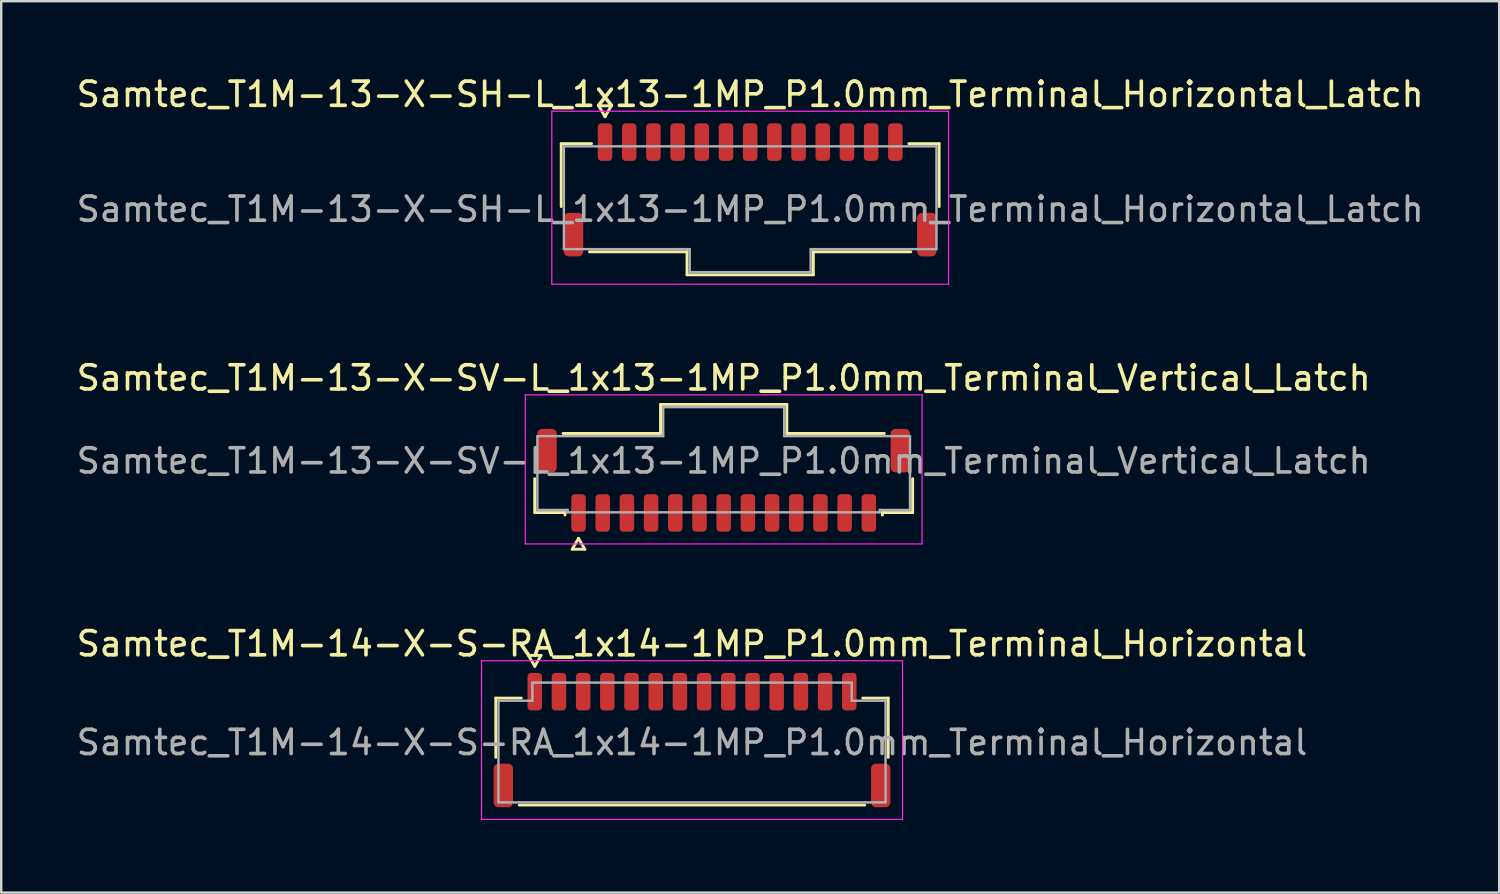
<source format=kicad_pcb>
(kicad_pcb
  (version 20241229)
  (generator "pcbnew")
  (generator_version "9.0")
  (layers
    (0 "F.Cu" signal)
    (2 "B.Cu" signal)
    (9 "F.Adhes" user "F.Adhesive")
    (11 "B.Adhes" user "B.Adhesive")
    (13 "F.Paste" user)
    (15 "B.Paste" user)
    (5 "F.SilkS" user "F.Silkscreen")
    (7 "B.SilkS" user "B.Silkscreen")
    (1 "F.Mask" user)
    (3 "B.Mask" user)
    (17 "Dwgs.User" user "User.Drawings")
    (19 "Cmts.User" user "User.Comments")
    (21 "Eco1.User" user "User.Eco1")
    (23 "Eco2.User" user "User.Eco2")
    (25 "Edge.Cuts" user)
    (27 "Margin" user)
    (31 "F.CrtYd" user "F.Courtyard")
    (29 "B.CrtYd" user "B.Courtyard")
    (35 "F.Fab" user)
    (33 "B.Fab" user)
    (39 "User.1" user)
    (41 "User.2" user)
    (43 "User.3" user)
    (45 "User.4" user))
  (footprint "Samtec_T1M-13-X-SV-L_1x13-1MP_P1.0mm_Terminal_Vertical_Latch"
    (layer "F.Cu")
    (at 26.863 16.002)
    (property "Reference" "Samtec_T1M-13-X-SV-L_1x13-1MP_P1.0mm_Terminal_Vertical_Latch" (at 0 -3.43 0) (layer "F.SilkS") (effects (font (size 1 1) (thickness 0.15))))
    (attr smd)
    (fp_line (start -7.81 2.135) (end -7.81 0.735) (stroke (width 0.12) (type solid)) (layer "F.SilkS"))
    (fp_line (start -6.64 -1.135) (end -2.61 -1.135) (stroke (width 0.12) (type solid)) (layer "F.SilkS"))
    (fp_line (start -6.56 2.135) (end -7.81 2.135) (stroke (width 0.12) (type solid)) (layer "F.SilkS"))
    (fp_line (start -6.56 2.235) (end -6.56 2.135) (stroke (width 0.12) (type solid)) (layer "F.SilkS"))
    (fp_line (start -6.26 3.65) (end -6 3.2) (stroke (width 0.12) (type solid)) (layer "F.SilkS"))
    (fp_line (start -6 3.2) (end -5.74 3.65) (stroke (width 0.12) (type solid)) (layer "F.SilkS"))
    (fp_line (start -5.74 3.65) (end -6.26 3.65) (stroke (width 0.12) (type solid)) (layer "F.SilkS"))
    (fp_line (start -2.61 -2.335) (end 2.61 -2.335) (stroke (width 0.12) (type solid)) (layer "F.SilkS"))
    (fp_line (start -2.61 -1.135) (end -2.61 -2.335) (stroke (width 0.12) (type solid)) (layer "F.SilkS"))
    (fp_line (start 2.61 -2.335) (end 2.61 -1.135) (stroke (width 0.12) (type solid)) (layer "F.SilkS"))
    (fp_line (start 2.61 -1.135) (end 6.64 -1.135) (stroke (width 0.12) (type solid)) (layer "F.SilkS"))
    (fp_line (start 6.56 2.135) (end 6.56 2.235) (stroke (width 0.12) (type solid)) (layer "F.SilkS"))
    (fp_line (start 7.81 0.735) (end 7.81 2.135) (stroke (width 0.12) (type solid)) (layer "F.SilkS"))
    (fp_line (start 7.81 2.135) (end 6.56 2.135) (stroke (width 0.12) (type solid)) (layer "F.SilkS"))
    (fp_line (start -8.2 -2.73) (end -8.2 3.43) (stroke (width 0.05) (type solid)) (layer "F.CrtYd"))
    (fp_line (start -8.2 3.43) (end 8.2 3.43) (stroke (width 0.05) (type solid)) (layer "F.CrtYd"))
    (fp_line (start 8.2 -2.73) (end -8.2 -2.73) (stroke (width 0.05) (type solid)) (layer "F.CrtYd"))
    (fp_line (start 8.2 3.43) (end 8.2 -2.73) (stroke (width 0.05) (type solid)) (layer "F.CrtYd"))
    (fp_line (start -7.7 -1.025) (end -2.5 -1.025) (stroke (width 0.1) (type solid)) (layer "F.Fab"))
    (fp_line (start -7.7 2.025) (end -7.7 -1.025) (stroke (width 0.1) (type solid)) (layer "F.Fab"))
    (fp_line (start -6.45 2.025) (end -7.7 2.025) (stroke (width 0.1) (type solid)) (layer "F.Fab"))
    (fp_line (start -6.45 2.125) (end -6.45 2.025) (stroke (width 0.1) (type solid)) (layer "F.Fab"))
    (fp_line (start -2.5 -2.225) (end 2.5 -2.225) (stroke (width 0.1) (type solid)) (layer "F.Fab"))
    (fp_line (start -2.5 -1.025) (end -2.5 -2.225) (stroke (width 0.1) (type solid)) (layer "F.Fab"))
    (fp_line (start 2.5 -2.225) (end 2.5 -1.025) (stroke (width 0.1) (type solid)) (layer "F.Fab"))
    (fp_line (start 2.5 -1.025) (end 7.7 -1.025) (stroke (width 0.1) (type solid)) (layer "F.Fab"))
    (fp_line (start 6.45 2.025) (end 6.45 2.125) (stroke (width 0.1) (type solid)) (layer "F.Fab"))
    (fp_line (start 6.45 2.125) (end -6.45 2.125) (stroke (width 0.1) (type solid)) (layer "F.Fab"))
    (fp_line (start 7.7 -1.025) (end 7.7 2.025) (stroke (width 0.1) (type solid)) (layer "F.Fab"))
    (fp_line (start 7.7 2.025) (end 6.45 2.025) (stroke (width 0.1) (type solid)) (layer "F.Fab"))
    (fp_text user "${REFERENCE}" (at 0 0 0) (layer "F.Fab") (effects (font (size 1 1) (thickness 0.15))))
    (pad "1" smd roundrect (at -6 2.15) (size 0.6 1.55) (layers "F.Cu" "F.Mask" "F.Paste") (roundrect_rratio 0.25))
    (pad "2" smd roundrect (at -5 2.15) (size 0.6 1.55) (layers "F.Cu" "F.Mask" "F.Paste") (roundrect_rratio 0.25))
    (pad "3" smd roundrect (at -4 2.15) (size 0.6 1.55) (layers "F.Cu" "F.Mask" "F.Paste") (roundrect_rratio 0.25))
    (pad "4" smd roundrect (at -3 2.15) (size 0.6 1.55) (layers "F.Cu" "F.Mask" "F.Paste") (roundrect_rratio 0.25))
    (pad "5" smd roundrect (at -2 2.15) (size 0.6 1.55) (layers "F.Cu" "F.Mask" "F.Paste") (roundrect_rratio 0.25))
    (pad "6" smd roundrect (at -1 2.15) (size 0.6 1.55) (layers "F.Cu" "F.Mask" "F.Paste") (roundrect_rratio 0.25))
    (pad "7" smd roundrect (at 0 2.15) (size 0.6 1.55) (layers "F.Cu" "F.Mask" "F.Paste") (roundrect_rratio 0.25))
    (pad "8" smd roundrect (at 1 2.15) (size 0.6 1.55) (layers "F.Cu" "F.Mask" "F.Paste") (roundrect_rratio 0.25))
    (pad "9" smd roundrect (at 2 2.15) (size 0.6 1.55) (layers "F.Cu" "F.Mask" "F.Paste") (roundrect_rratio 0.25))
    (pad "10" smd roundrect (at 3 2.15) (size 0.6 1.55) (layers "F.Cu" "F.Mask" "F.Paste") (roundrect_rratio 0.25))
    (pad "11" smd roundrect (at 4 2.15) (size 0.6 1.55) (layers "F.Cu" "F.Mask" "F.Paste") (roundrect_rratio 0.25))
    (pad "12" smd roundrect (at 5 2.15) (size 0.6 1.55) (layers "F.Cu" "F.Mask" "F.Paste") (roundrect_rratio 0.25))
    (pad "13" smd roundrect (at 6 2.15) (size 0.6 1.55) (layers "F.Cu" "F.Mask" "F.Paste") (roundrect_rratio 0.25))
    (pad "MP" smd roundrect (at -7.3 -0.425) (size 0.8 1.8) (layers "F.Cu" "F.Mask" "F.Paste") (roundrect_rratio 0.25))
    (pad "MP" smd roundrect (at 7.3 -0.425) (size 0.8 1.8) (layers "F.Cu" "F.Mask" "F.Paste") (roundrect_rratio 0.25)))
  (footprint "Samtec_T1M-14-X-S-RA_1x14-1MP_P1.0mm_Terminal_Horizontal"
    (layer "F.Cu")
    (at 25.554 27.64)
    (property "Reference" "Samtec_T1M-14-X-S-RA_1x14-1MP_P1.0mm_Terminal_Horizontal" (at 0 -4.08 0) (layer "F.SilkS") (effects (font (size 1 1) (thickness 0.15))))
    (attr smd)
    (fp_line (start -8.11 -1.835) (end -7.06 -1.835) (stroke (width 0.12) (type solid)) (layer "F.SilkS"))
    (fp_line (start -8.11 0.615) (end -8.11 -1.835) (stroke (width 0.12) (type solid)) (layer "F.SilkS"))
    (fp_line (start -6.76 -3.6) (end -6.5 -3.15) (stroke (width 0.12) (type solid)) (layer "F.SilkS"))
    (fp_line (start -6.5 -3.15) (end -6.24 -3.6) (stroke (width 0.12) (type solid)) (layer "F.SilkS"))
    (fp_line (start -6.24 -3.6) (end -6.76 -3.6) (stroke (width 0.12) (type solid)) (layer "F.SilkS"))
    (fp_line (start 7.06 -1.835) (end 8.11 -1.835) (stroke (width 0.12) (type solid)) (layer "F.SilkS"))
    (fp_line (start 7.14 2.585) (end -7.14 2.585) (stroke (width 0.12) (type solid)) (layer "F.SilkS"))
    (fp_line (start 8.11 -1.835) (end 8.11 0.615) (stroke (width 0.12) (type solid)) (layer "F.SilkS"))
    (fp_line (start -8.7 -3.38) (end -8.7 3.18) (stroke (width 0.05) (type solid)) (layer "F.CrtYd"))
    (fp_line (start -8.7 3.18) (end 8.7 3.18) (stroke (width 0.05) (type solid)) (layer "F.CrtYd"))
    (fp_line (start 8.7 -3.38) (end -8.7 -3.38) (stroke (width 0.05) (type solid)) (layer "F.CrtYd"))
    (fp_line (start 8.7 3.18) (end 8.7 -3.38) (stroke (width 0.05) (type solid)) (layer "F.CrtYd"))
    (fp_line (start -8 -1.725) (end -6.6 -1.725) (stroke (width 0.1) (type solid)) (layer "F.Fab"))
    (fp_line (start -8 2.475) (end -8 -1.725) (stroke (width 0.1) (type solid)) (layer "F.Fab"))
    (fp_line (start -6.6 -2.475) (end 6.6 -2.475) (stroke (width 0.1) (type solid)) (layer "F.Fab"))
    (fp_line (start -6.6 -1.725) (end -6.6 -2.475) (stroke (width 0.1) (type solid)) (layer "F.Fab"))
    (fp_line (start 6.6 -2.475) (end 6.6 -1.725) (stroke (width 0.1) (type solid)) (layer "F.Fab"))
    (fp_line (start 6.6 -1.725) (end 8 -1.725) (stroke (width 0.1) (type solid)) (layer "F.Fab"))
    (fp_line (start 8 -1.725) (end 8 2.475) (stroke (width 0.1) (type solid)) (layer "F.Fab"))
    (fp_line (start 8 2.475) (end -8 2.475) (stroke (width 0.1) (type solid)) (layer "F.Fab"))
    (fp_text user "${REFERENCE}" (at 0 0 0) (layer "F.Fab") (effects (font (size 1 1) (thickness 0.15))))
    (pad "1" smd roundrect (at -6.5 -2.1) (size 0.6 1.55) (layers "F.Cu" "F.Mask" "F.Paste") (roundrect_rratio 0.25))
    (pad "2" smd roundrect (at -5.5 -2.1) (size 0.6 1.55) (layers "F.Cu" "F.Mask" "F.Paste") (roundrect_rratio 0.25))
    (pad "3" smd roundrect (at -4.5 -2.1) (size 0.6 1.55) (layers "F.Cu" "F.Mask" "F.Paste") (roundrect_rratio 0.25))
    (pad "4" smd roundrect (at -3.5 -2.1) (size 0.6 1.55) (layers "F.Cu" "F.Mask" "F.Paste") (roundrect_rratio 0.25))
    (pad "5" smd roundrect (at -2.5 -2.1) (size 0.6 1.55) (layers "F.Cu" "F.Mask" "F.Paste") (roundrect_rratio 0.25))
    (pad "6" smd roundrect (at -1.5 -2.1) (size 0.6 1.55) (layers "F.Cu" "F.Mask" "F.Paste") (roundrect_rratio 0.25))
    (pad "7" smd roundrect (at -0.5 -2.1) (size 0.6 1.55) (layers "F.Cu" "F.Mask" "F.Paste") (roundrect_rratio 0.25))
    (pad "8" smd roundrect (at 0.5 -2.1) (size 0.6 1.55) (layers "F.Cu" "F.Mask" "F.Paste") (roundrect_rratio 0.25))
    (pad "9" smd roundrect (at 1.5 -2.1) (size 0.6 1.55) (layers "F.Cu" "F.Mask" "F.Paste") (roundrect_rratio 0.25))
    (pad "10" smd roundrect (at 2.5 -2.1) (size 0.6 1.55) (layers "F.Cu" "F.Mask" "F.Paste") (roundrect_rratio 0.25))
    (pad "11" smd roundrect (at 3.5 -2.1) (size 0.6 1.55) (layers "F.Cu" "F.Mask" "F.Paste") (roundrect_rratio 0.25))
    (pad "12" smd roundrect (at 4.5 -2.1) (size 0.6 1.55) (layers "F.Cu" "F.Mask" "F.Paste") (roundrect_rratio 0.25))
    (pad "13" smd roundrect (at 5.5 -2.1) (size 0.6 1.55) (layers "F.Cu" "F.Mask" "F.Paste") (roundrect_rratio 0.25))
    (pad "14" smd roundrect (at 6.5 -2.1) (size 0.6 1.55) (layers "F.Cu" "F.Mask" "F.Paste") (roundrect_rratio 0.25))
    (pad "MP" smd roundrect (at -7.8 1.775) (size 0.8 1.8) (layers "F.Cu" "F.Mask" "F.Paste") (roundrect_rratio 0.25))
    (pad "MP" smd roundrect (at 7.8 1.775) (size 0.8 1.8) (layers "F.Cu" "F.Mask" "F.Paste") (roundrect_rratio 0.25)))
  (footprint "Samtec_T1M-13-X-SH-L_1x13-1MP_P1.0mm_Terminal_Horizontal_Latch"
    (layer "F.Cu")
    (at 27.958 5.598)
    (property "Reference" "Samtec_T1M-13-X-SH-L_1x13-1MP_P1.0mm_Terminal_Horizontal_Latch" (at 0 -4.75 0) (layer "F.SilkS") (effects (font (size 1 1) (thickness 0.15))))
    (attr smd)
    (fp_line (start -7.81 -2.71) (end -6.56 -2.71) (stroke (width 0.12) (type solid)) (layer "F.SilkS"))
    (fp_line (start -7.81 -0.11) (end -7.81 -2.71) (stroke (width 0.12) (type solid)) (layer "F.SilkS"))
    (fp_line (start -6.26 -4.275) (end -6 -3.825) (stroke (width 0.12) (type solid)) (layer "F.SilkS"))
    (fp_line (start -6 -3.825) (end -5.74 -4.275) (stroke (width 0.12) (type solid)) (layer "F.SilkS"))
    (fp_line (start -5.74 -4.275) (end -6.26 -4.275) (stroke (width 0.12) (type solid)) (layer "F.SilkS"))
    (fp_line (start -2.61 1.76) (end -6.64 1.76) (stroke (width 0.12) (type solid)) (layer "F.SilkS"))
    (fp_line (start -2.61 2.71) (end -2.61 1.76) (stroke (width 0.12) (type solid)) (layer "F.SilkS"))
    (fp_line (start 2.61 1.76) (end 2.61 2.71) (stroke (width 0.12) (type solid)) (layer "F.SilkS"))
    (fp_line (start 2.61 2.71) (end -2.61 2.71) (stroke (width 0.12) (type solid)) (layer "F.SilkS"))
    (fp_line (start 6.56 -2.71) (end 7.81 -2.71) (stroke (width 0.12) (type solid)) (layer "F.SilkS"))
    (fp_line (start 6.64 1.76) (end 2.61 1.76) (stroke (width 0.12) (type solid)) (layer "F.SilkS"))
    (fp_line (start 7.81 -2.71) (end 7.81 -0.11) (stroke (width 0.12) (type solid)) (layer "F.SilkS"))
    (fp_line (start -8.2 -4.05) (end -8.2 3.1) (stroke (width 0.05) (type solid)) (layer "F.CrtYd"))
    (fp_line (start -8.2 3.1) (end 8.2 3.1) (stroke (width 0.05) (type solid)) (layer "F.CrtYd"))
    (fp_line (start 8.2 -4.05) (end -8.2 -4.05) (stroke (width 0.05) (type solid)) (layer "F.CrtYd"))
    (fp_line (start 8.2 3.1) (end 8.2 -4.05) (stroke (width 0.05) (type solid)) (layer "F.CrtYd"))
    (fp_line (start -7.7 -2.6) (end 7.7 -2.6) (stroke (width 0.1) (type solid)) (layer "F.Fab"))
    (fp_line (start -7.7 1.65) (end -7.7 -2.6) (stroke (width 0.1) (type solid)) (layer "F.Fab"))
    (fp_line (start -2.5 1.65) (end -7.7 1.65) (stroke (width 0.1) (type solid)) (layer "F.Fab"))
    (fp_line (start -2.5 2.6) (end -2.5 1.65) (stroke (width 0.1) (type solid)) (layer "F.Fab"))
    (fp_line (start 2.5 1.65) (end 2.5 2.6) (stroke (width 0.1) (type solid)) (layer "F.Fab"))
    (fp_line (start 2.5 2.6) (end -2.5 2.6) (stroke (width 0.1) (type solid)) (layer "F.Fab"))
    (fp_line (start 7.7 -2.6) (end 7.7 1.65) (stroke (width 0.1) (type solid)) (layer "F.Fab"))
    (fp_line (start 7.7 1.65) (end 2.5 1.65) (stroke (width 0.1) (type solid)) (layer "F.Fab"))
    (fp_text user "${REFERENCE}" (at 0 0 0) (layer "F.Fab") (effects (font (size 1 1) (thickness 0.15))))
    (pad "1" smd roundrect (at -6 -2.775) (size 0.6 1.55) (layers "F.Cu" "F.Mask" "F.Paste") (roundrect_rratio 0.25))
    (pad "2" smd roundrect (at -5 -2.775) (size 0.6 1.55) (layers "F.Cu" "F.Mask" "F.Paste") (roundrect_rratio 0.25))
    (pad "3" smd roundrect (at -4 -2.775) (size 0.6 1.55) (layers "F.Cu" "F.Mask" "F.Paste") (roundrect_rratio 0.25))
    (pad "4" smd roundrect (at -3 -2.775) (size 0.6 1.55) (layers "F.Cu" "F.Mask" "F.Paste") (roundrect_rratio 0.25))
    (pad "5" smd roundrect (at -2 -2.775) (size 0.6 1.55) (layers "F.Cu" "F.Mask" "F.Paste") (roundrect_rratio 0.25))
    (pad "6" smd roundrect (at -1 -2.775) (size 0.6 1.55) (layers "F.Cu" "F.Mask" "F.Paste") (roundrect_rratio 0.25))
    (pad "7" smd roundrect (at 0 -2.775) (size 0.6 1.55) (layers "F.Cu" "F.Mask" "F.Paste") (roundrect_rratio 0.25))
    (pad "8" smd roundrect (at 1 -2.775) (size 0.6 1.55) (layers "F.Cu" "F.Mask" "F.Paste") (roundrect_rratio 0.25))
    (pad "9" smd roundrect (at 2 -2.775) (size 0.6 1.55) (layers "F.Cu" "F.Mask" "F.Paste") (roundrect_rratio 0.25))
    (pad "10" smd roundrect (at 3 -2.775) (size 0.6 1.55) (layers "F.Cu" "F.Mask" "F.Paste") (roundrect_rratio 0.25))
    (pad "11" smd roundrect (at 4 -2.775) (size 0.6 1.55) (layers "F.Cu" "F.Mask" "F.Paste") (roundrect_rratio 0.25))
    (pad "12" smd roundrect (at 5 -2.775) (size 0.6 1.55) (layers "F.Cu" "F.Mask" "F.Paste") (roundrect_rratio 0.25))
    (pad "13" smd roundrect (at 6 -2.775) (size 0.6 1.55) (layers "F.Cu" "F.Mask" "F.Paste") (roundrect_rratio 0.25))
    (pad "MP" smd roundrect (at -7.3 1.05) (size 0.8 1.8) (layers "F.Cu" "F.Mask" "F.Paste") (roundrect_rratio 0.25))
    (pad "MP" smd roundrect (at 7.3 1.05) (size 0.8 1.8) (layers "F.Cu" "F.Mask" "F.Paste") (roundrect_rratio 0.25)))
  (gr_rect
    (start -3 -3)
    (end 58.917 33.845)
    (stroke (width 0.1) (type default))
    (fill no)
    (layer "Edge.Cuts")))
</source>
